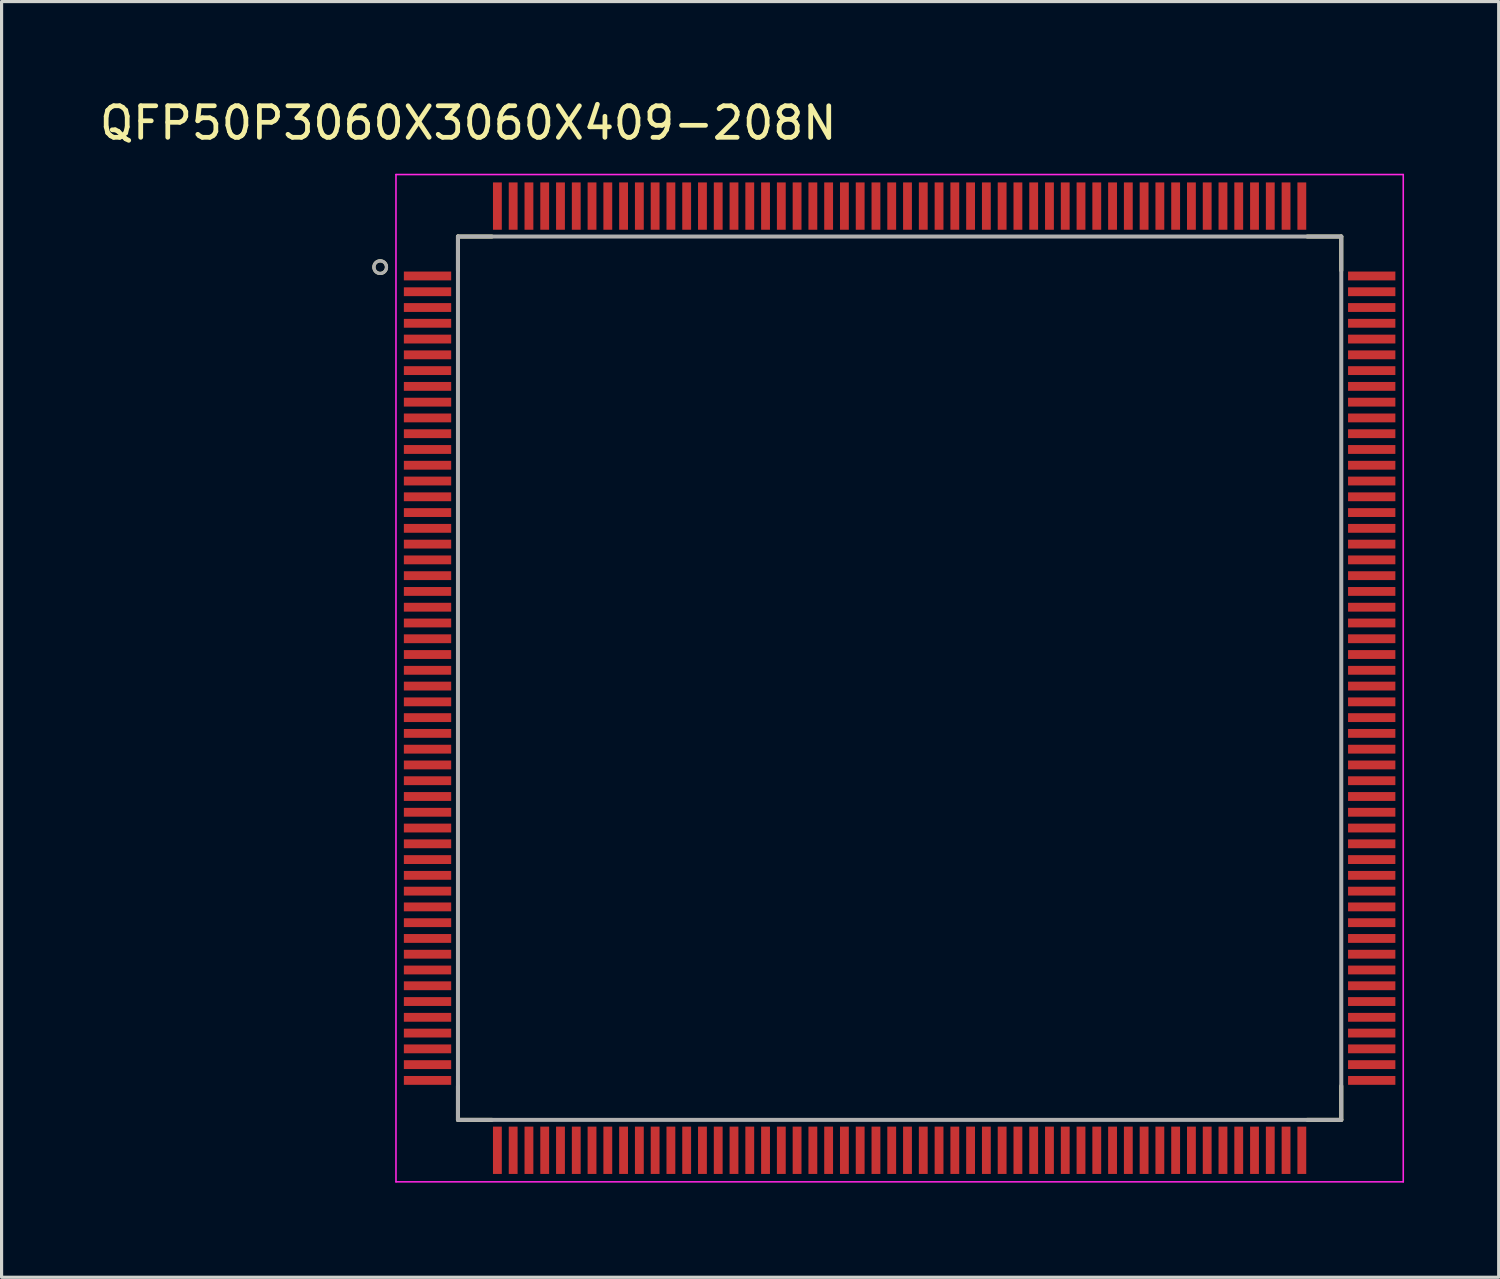
<source format=kicad_pcb>
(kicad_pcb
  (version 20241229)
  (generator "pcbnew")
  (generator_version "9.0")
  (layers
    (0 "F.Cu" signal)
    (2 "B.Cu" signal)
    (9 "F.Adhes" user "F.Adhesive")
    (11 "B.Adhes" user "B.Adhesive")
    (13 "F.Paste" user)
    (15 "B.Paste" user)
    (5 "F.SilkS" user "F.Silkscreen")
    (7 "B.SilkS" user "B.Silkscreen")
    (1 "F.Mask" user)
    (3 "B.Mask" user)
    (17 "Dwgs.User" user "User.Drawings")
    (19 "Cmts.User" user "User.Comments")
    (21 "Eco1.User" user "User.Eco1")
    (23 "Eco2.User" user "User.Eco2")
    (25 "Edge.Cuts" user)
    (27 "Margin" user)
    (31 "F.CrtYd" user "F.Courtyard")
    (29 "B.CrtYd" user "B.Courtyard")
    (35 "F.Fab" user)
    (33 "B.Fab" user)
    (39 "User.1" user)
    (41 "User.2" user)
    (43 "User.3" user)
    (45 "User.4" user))
  (footprint "QFP50P3060X3060X409-208N"
    (layer "F.Cu")
    (at 25.467 18.448)
    (property "Reference" "QFP50P3060X3060X409-208N" (at -13.675 -17.6 0) (layer "F.SilkS") (effects (font (size 1 1) (thickness 0.15))))
    (attr through_hole)
    (fp_line (start -14 -14) (end -14 -12.925) (stroke (width 0.127) (type solid)) (layer "F.SilkS"))
    (fp_line (start -14 -14) (end -12.925 -14) (stroke (width 0.127) (type solid)) (layer "F.SilkS"))
    (fp_line (start -14 14) (end -14 12.925) (stroke (width 0.127) (type solid)) (layer "F.SilkS"))
    (fp_line (start -14 14) (end -12.925 14) (stroke (width 0.127) (type solid)) (layer "F.SilkS"))
    (fp_line (start 14 -14) (end 12.925 -14) (stroke (width 0.127) (type solid)) (layer "F.SilkS"))
    (fp_line (start 14 -14) (end 14 -12.925) (stroke (width 0.127) (type solid)) (layer "F.SilkS"))
    (fp_line (start 14 14) (end 12.925 14) (stroke (width 0.127) (type solid)) (layer "F.SilkS"))
    (fp_line (start 14 14) (end 14 12.925) (stroke (width 0.127) (type solid)) (layer "F.SilkS"))
    (fp_circle (center -16.465 -13.03) (end -16.265 -13.03) (stroke (width 0.1) (type solid)) (fill no) (layer "F.SilkS"))
    (fp_line (start -15.965 -15.965) (end 15.965 -15.965) (stroke (width 0.05) (type solid)) (layer "F.CrtYd"))
    (fp_line (start -15.965 15.965) (end -15.965 -15.965) (stroke (width 0.05) (type solid)) (layer "F.CrtYd"))
    (fp_line (start -15.965 15.965) (end 15.965 15.965) (stroke (width 0.05) (type solid)) (layer "F.CrtYd"))
    (fp_line (start 15.965 15.965) (end 15.965 -15.965) (stroke (width 0.05) (type solid)) (layer "F.CrtYd"))
    (fp_line (start -14 14) (end -14 -14) (stroke (width 0.127) (type solid)) (layer "F.Fab"))
    (fp_line (start 14 -14) (end -14 -14) (stroke (width 0.127) (type solid)) (layer "F.Fab"))
    (fp_line (start 14 14) (end -14 14) (stroke (width 0.127) (type solid)) (layer "F.Fab"))
    (fp_line (start 14 14) (end 14 -14) (stroke (width 0.127) (type solid)) (layer "F.Fab"))
    (fp_circle (center -16.465 -13.03) (end -16.265 -13.03) (stroke (width 0.1) (type solid)) (fill no) (layer "F.Fab"))
    (pad "1" smd rect (at -14.965 -12.75) (size 1.5 0.28) (layers "F.Cu" "F.Mask" "F.Paste"))
    (pad "2" smd rect (at -14.965 -12.25) (size 1.5 0.28) (layers "F.Cu" "F.Mask" "F.Paste"))
    (pad "3" smd rect (at -14.965 -11.75) (size 1.5 0.28) (layers "F.Cu" "F.Mask" "F.Paste"))
    (pad "4" smd rect (at -14.965 -11.25) (size 1.5 0.28) (layers "F.Cu" "F.Mask" "F.Paste"))
    (pad "5" smd rect (at -14.965 -10.75) (size 1.5 0.28) (layers "F.Cu" "F.Mask" "F.Paste"))
    (pad "6" smd rect (at -14.965 -10.25) (size 1.5 0.28) (layers "F.Cu" "F.Mask" "F.Paste"))
    (pad "7" smd rect (at -14.965 -9.75) (size 1.5 0.28) (layers "F.Cu" "F.Mask" "F.Paste"))
    (pad "8" smd rect (at -14.965 -9.25) (size 1.5 0.28) (layers "F.Cu" "F.Mask" "F.Paste"))
    (pad "9" smd rect (at -14.965 -8.75) (size 1.5 0.28) (layers "F.Cu" "F.Mask" "F.Paste"))
    (pad "10" smd rect (at -14.965 -8.25) (size 1.5 0.28) (layers "F.Cu" "F.Mask" "F.Paste"))
    (pad "11" smd rect (at -14.965 -7.75) (size 1.5 0.28) (layers "F.Cu" "F.Mask" "F.Paste"))
    (pad "12" smd rect (at -14.965 -7.25) (size 1.5 0.28) (layers "F.Cu" "F.Mask" "F.Paste"))
    (pad "13" smd rect (at -14.965 -6.75) (size 1.5 0.28) (layers "F.Cu" "F.Mask" "F.Paste"))
    (pad "14" smd rect (at -14.965 -6.25) (size 1.5 0.28) (layers "F.Cu" "F.Mask" "F.Paste"))
    (pad "15" smd rect (at -14.965 -5.75) (size 1.5 0.28) (layers "F.Cu" "F.Mask" "F.Paste"))
    (pad "16" smd rect (at -14.965 -5.25) (size 1.5 0.28) (layers "F.Cu" "F.Mask" "F.Paste"))
    (pad "17" smd rect (at -14.965 -4.75) (size 1.5 0.28) (layers "F.Cu" "F.Mask" "F.Paste"))
    (pad "18" smd rect (at -14.965 -4.25) (size 1.5 0.28) (layers "F.Cu" "F.Mask" "F.Paste"))
    (pad "19" smd rect (at -14.965 -3.75) (size 1.5 0.28) (layers "F.Cu" "F.Mask" "F.Paste"))
    (pad "20" smd rect (at -14.965 -3.25) (size 1.5 0.28) (layers "F.Cu" "F.Mask" "F.Paste"))
    (pad "21" smd rect (at -14.965 -2.75) (size 1.5 0.28) (layers "F.Cu" "F.Mask" "F.Paste"))
    (pad "22" smd rect (at -14.965 -2.25) (size 1.5 0.28) (layers "F.Cu" "F.Mask" "F.Paste"))
    (pad "23" smd rect (at -14.965 -1.75) (size 1.5 0.28) (layers "F.Cu" "F.Mask" "F.Paste"))
    (pad "24" smd rect (at -14.965 -1.25) (size 1.5 0.28) (layers "F.Cu" "F.Mask" "F.Paste"))
    (pad "25" smd rect (at -14.965 -0.75) (size 1.5 0.28) (layers "F.Cu" "F.Mask" "F.Paste"))
    (pad "26" smd rect (at -14.965 -0.25) (size 1.5 0.28) (layers "F.Cu" "F.Mask" "F.Paste"))
    (pad "27" smd rect (at -14.965 0.25) (size 1.5 0.28) (layers "F.Cu" "F.Mask" "F.Paste"))
    (pad "28" smd rect (at -14.965 0.75) (size 1.5 0.28) (layers "F.Cu" "F.Mask" "F.Paste"))
    (pad "29" smd rect (at -14.965 1.25) (size 1.5 0.28) (layers "F.Cu" "F.Mask" "F.Paste"))
    (pad "30" smd rect (at -14.965 1.75) (size 1.5 0.28) (layers "F.Cu" "F.Mask" "F.Paste"))
    (pad "31" smd rect (at -14.965 2.25) (size 1.5 0.28) (layers "F.Cu" "F.Mask" "F.Paste"))
    (pad "32" smd rect (at -14.965 2.75) (size 1.5 0.28) (layers "F.Cu" "F.Mask" "F.Paste"))
    (pad "33" smd rect (at -14.965 3.25) (size 1.5 0.28) (layers "F.Cu" "F.Mask" "F.Paste"))
    (pad "34" smd rect (at -14.965 3.75) (size 1.5 0.28) (layers "F.Cu" "F.Mask" "F.Paste"))
    (pad "35" smd rect (at -14.965 4.25) (size 1.5 0.28) (layers "F.Cu" "F.Mask" "F.Paste"))
    (pad "36" smd rect (at -14.965 4.75) (size 1.5 0.28) (layers "F.Cu" "F.Mask" "F.Paste"))
    (pad "37" smd rect (at -14.965 5.25) (size 1.5 0.28) (layers "F.Cu" "F.Mask" "F.Paste"))
    (pad "38" smd rect (at -14.965 5.75) (size 1.5 0.28) (layers "F.Cu" "F.Mask" "F.Paste"))
    (pad "39" smd rect (at -14.965 6.25) (size 1.5 0.28) (layers "F.Cu" "F.Mask" "F.Paste"))
    (pad "40" smd rect (at -14.965 6.75) (size 1.5 0.28) (layers "F.Cu" "F.Mask" "F.Paste"))
    (pad "41" smd rect (at -14.965 7.25) (size 1.5 0.28) (layers "F.Cu" "F.Mask" "F.Paste"))
    (pad "42" smd rect (at -14.965 7.75) (size 1.5 0.28) (layers "F.Cu" "F.Mask" "F.Paste"))
    (pad "43" smd rect (at -14.965 8.25) (size 1.5 0.28) (layers "F.Cu" "F.Mask" "F.Paste"))
    (pad "44" smd rect (at -14.965 8.75) (size 1.5 0.28) (layers "F.Cu" "F.Mask" "F.Paste"))
    (pad "45" smd rect (at -14.965 9.25) (size 1.5 0.28) (layers "F.Cu" "F.Mask" "F.Paste"))
    (pad "46" smd rect (at -14.965 9.75) (size 1.5 0.28) (layers "F.Cu" "F.Mask" "F.Paste"))
    (pad "47" smd rect (at -14.965 10.25) (size 1.5 0.28) (layers "F.Cu" "F.Mask" "F.Paste"))
    (pad "48" smd rect (at -14.965 10.75) (size 1.5 0.28) (layers "F.Cu" "F.Mask" "F.Paste"))
    (pad "49" smd rect (at -14.965 11.25) (size 1.5 0.28) (layers "F.Cu" "F.Mask" "F.Paste"))
    (pad "50" smd rect (at -14.965 11.75) (size 1.5 0.28) (layers "F.Cu" "F.Mask" "F.Paste"))
    (pad "51" smd rect (at -14.965 12.25) (size 1.5 0.28) (layers "F.Cu" "F.Mask" "F.Paste"))
    (pad "52" smd rect (at -14.965 12.75) (size 1.5 0.28) (layers "F.Cu" "F.Mask" "F.Paste"))
    (pad "53" smd rect (at -12.75 14.965) (size 0.28 1.5) (layers "F.Cu" "F.Mask" "F.Paste"))
    (pad "54" smd rect (at -12.25 14.965) (size 0.28 1.5) (layers "F.Cu" "F.Mask" "F.Paste"))
    (pad "55" smd rect (at -11.75 14.965) (size 0.28 1.5) (layers "F.Cu" "F.Mask" "F.Paste"))
    (pad "56" smd rect (at -11.25 14.965) (size 0.28 1.5) (layers "F.Cu" "F.Mask" "F.Paste"))
    (pad "57" smd rect (at -10.75 14.965) (size 0.28 1.5) (layers "F.Cu" "F.Mask" "F.Paste"))
    (pad "58" smd rect (at -10.25 14.965) (size 0.28 1.5) (layers "F.Cu" "F.Mask" "F.Paste"))
    (pad "59" smd rect (at -9.75 14.965) (size 0.28 1.5) (layers "F.Cu" "F.Mask" "F.Paste"))
    (pad "60" smd rect (at -9.25 14.965) (size 0.28 1.5) (layers "F.Cu" "F.Mask" "F.Paste"))
    (pad "61" smd rect (at -8.75 14.965) (size 0.28 1.5) (layers "F.Cu" "F.Mask" "F.Paste"))
    (pad "62" smd rect (at -8.25 14.965) (size 0.28 1.5) (layers "F.Cu" "F.Mask" "F.Paste"))
    (pad "63" smd rect (at -7.75 14.965) (size 0.28 1.5) (layers "F.Cu" "F.Mask" "F.Paste"))
    (pad "64" smd rect (at -7.25 14.965) (size 0.28 1.5) (layers "F.Cu" "F.Mask" "F.Paste"))
    (pad "65" smd rect (at -6.75 14.965) (size 0.28 1.5) (layers "F.Cu" "F.Mask" "F.Paste"))
    (pad "66" smd rect (at -6.25 14.965) (size 0.28 1.5) (layers "F.Cu" "F.Mask" "F.Paste"))
    (pad "67" smd rect (at -5.75 14.965) (size 0.28 1.5) (layers "F.Cu" "F.Mask" "F.Paste"))
    (pad "68" smd rect (at -5.25 14.965) (size 0.28 1.5) (layers "F.Cu" "F.Mask" "F.Paste"))
    (pad "69" smd rect (at -4.75 14.965) (size 0.28 1.5) (layers "F.Cu" "F.Mask" "F.Paste"))
    (pad "70" smd rect (at -4.25 14.965) (size 0.28 1.5) (layers "F.Cu" "F.Mask" "F.Paste"))
    (pad "71" smd rect (at -3.75 14.965) (size 0.28 1.5) (layers "F.Cu" "F.Mask" "F.Paste"))
    (pad "72" smd rect (at -3.25 14.965) (size 0.28 1.5) (layers "F.Cu" "F.Mask" "F.Paste"))
    (pad "73" smd rect (at -2.75 14.965) (size 0.28 1.5) (layers "F.Cu" "F.Mask" "F.Paste"))
    (pad "74" smd rect (at -2.25 14.965) (size 0.28 1.5) (layers "F.Cu" "F.Mask" "F.Paste"))
    (pad "75" smd rect (at -1.75 14.965) (size 0.28 1.5) (layers "F.Cu" "F.Mask" "F.Paste"))
    (pad "76" smd rect (at -1.25 14.965) (size 0.28 1.5) (layers "F.Cu" "F.Mask" "F.Paste"))
    (pad "77" smd rect (at -0.75 14.965) (size 0.28 1.5) (layers "F.Cu" "F.Mask" "F.Paste"))
    (pad "78" smd rect (at -0.25 14.965) (size 0.28 1.5) (layers "F.Cu" "F.Mask" "F.Paste"))
    (pad "79" smd rect (at 0.25 14.965) (size 0.28 1.5) (layers "F.Cu" "F.Mask" "F.Paste"))
    (pad "80" smd rect (at 0.75 14.965) (size 0.28 1.5) (layers "F.Cu" "F.Mask" "F.Paste"))
    (pad "81" smd rect (at 1.25 14.965) (size 0.28 1.5) (layers "F.Cu" "F.Mask" "F.Paste"))
    (pad "82" smd rect (at 1.75 14.965) (size 0.28 1.5) (layers "F.Cu" "F.Mask" "F.Paste"))
    (pad "83" smd rect (at 2.25 14.965) (size 0.28 1.5) (layers "F.Cu" "F.Mask" "F.Paste"))
    (pad "84" smd rect (at 2.75 14.965) (size 0.28 1.5) (layers "F.Cu" "F.Mask" "F.Paste"))
    (pad "85" smd rect (at 3.25 14.965) (size 0.28 1.5) (layers "F.Cu" "F.Mask" "F.Paste"))
    (pad "86" smd rect (at 3.75 14.965) (size 0.28 1.5) (layers "F.Cu" "F.Mask" "F.Paste"))
    (pad "87" smd rect (at 4.25 14.965) (size 0.28 1.5) (layers "F.Cu" "F.Mask" "F.Paste"))
    (pad "88" smd rect (at 4.75 14.965) (size 0.28 1.5) (layers "F.Cu" "F.Mask" "F.Paste"))
    (pad "89" smd rect (at 5.25 14.965) (size 0.28 1.5) (layers "F.Cu" "F.Mask" "F.Paste"))
    (pad "90" smd rect (at 5.75 14.965) (size 0.28 1.5) (layers "F.Cu" "F.Mask" "F.Paste"))
    (pad "91" smd rect (at 6.25 14.965) (size 0.28 1.5) (layers "F.Cu" "F.Mask" "F.Paste"))
    (pad "92" smd rect (at 6.75 14.965) (size 0.28 1.5) (layers "F.Cu" "F.Mask" "F.Paste"))
    (pad "93" smd rect (at 7.25 14.965) (size 0.28 1.5) (layers "F.Cu" "F.Mask" "F.Paste"))
    (pad "94" smd rect (at 7.75 14.965) (size 0.28 1.5) (layers "F.Cu" "F.Mask" "F.Paste"))
    (pad "95" smd rect (at 8.25 14.965) (size 0.28 1.5) (layers "F.Cu" "F.Mask" "F.Paste"))
    (pad "96" smd rect (at 8.75 14.965) (size 0.28 1.5) (layers "F.Cu" "F.Mask" "F.Paste"))
    (pad "97" smd rect (at 9.25 14.965) (size 0.28 1.5) (layers "F.Cu" "F.Mask" "F.Paste"))
    (pad "98" smd rect (at 9.75 14.965) (size 0.28 1.5) (layers "F.Cu" "F.Mask" "F.Paste"))
    (pad "99" smd rect (at 10.25 14.965) (size 0.28 1.5) (layers "F.Cu" "F.Mask" "F.Paste"))
    (pad "100" smd rect (at 10.75 14.965) (size 0.28 1.5) (layers "F.Cu" "F.Mask" "F.Paste"))
    (pad "101" smd rect (at 11.25 14.965) (size 0.28 1.5) (layers "F.Cu" "F.Mask" "F.Paste"))
    (pad "102" smd rect (at 11.75 14.965) (size 0.28 1.5) (layers "F.Cu" "F.Mask" "F.Paste"))
    (pad "103" smd rect (at 12.25 14.965) (size 0.28 1.5) (layers "F.Cu" "F.Mask" "F.Paste"))
    (pad "104" smd rect (at 12.75 14.965) (size 0.28 1.5) (layers "F.Cu" "F.Mask" "F.Paste"))
    (pad "105" smd rect (at 14.965 12.75) (size 1.5 0.28) (layers "F.Cu" "F.Mask" "F.Paste"))
    (pad "106" smd rect (at 14.965 12.25) (size 1.5 0.28) (layers "F.Cu" "F.Mask" "F.Paste"))
    (pad "107" smd rect (at 14.965 11.75) (size 1.5 0.28) (layers "F.Cu" "F.Mask" "F.Paste"))
    (pad "108" smd rect (at 14.965 11.25) (size 1.5 0.28) (layers "F.Cu" "F.Mask" "F.Paste"))
    (pad "109" smd rect (at 14.965 10.75) (size 1.5 0.28) (layers "F.Cu" "F.Mask" "F.Paste"))
    (pad "110" smd rect (at 14.965 10.25) (size 1.5 0.28) (layers "F.Cu" "F.Mask" "F.Paste"))
    (pad "111" smd rect (at 14.965 9.75) (size 1.5 0.28) (layers "F.Cu" "F.Mask" "F.Paste"))
    (pad "112" smd rect (at 14.965 9.25) (size 1.5 0.28) (layers "F.Cu" "F.Mask" "F.Paste"))
    (pad "113" smd rect (at 14.965 8.75) (size 1.5 0.28) (layers "F.Cu" "F.Mask" "F.Paste"))
    (pad "114" smd rect (at 14.965 8.25) (size 1.5 0.28) (layers "F.Cu" "F.Mask" "F.Paste"))
    (pad "115" smd rect (at 14.965 7.75) (size 1.5 0.28) (layers "F.Cu" "F.Mask" "F.Paste"))
    (pad "116" smd rect (at 14.965 7.25) (size 1.5 0.28) (layers "F.Cu" "F.Mask" "F.Paste"))
    (pad "117" smd rect (at 14.965 6.75) (size 1.5 0.28) (layers "F.Cu" "F.Mask" "F.Paste"))
    (pad "118" smd rect (at 14.965 6.25) (size 1.5 0.28) (layers "F.Cu" "F.Mask" "F.Paste"))
    (pad "119" smd rect (at 14.965 5.75) (size 1.5 0.28) (layers "F.Cu" "F.Mask" "F.Paste"))
    (pad "120" smd rect (at 14.965 5.25) (size 1.5 0.28) (layers "F.Cu" "F.Mask" "F.Paste"))
    (pad "121" smd rect (at 14.965 4.75) (size 1.5 0.28) (layers "F.Cu" "F.Mask" "F.Paste"))
    (pad "122" smd rect (at 14.965 4.25) (size 1.5 0.28) (layers "F.Cu" "F.Mask" "F.Paste"))
    (pad "123" smd rect (at 14.965 3.75) (size 1.5 0.28) (layers "F.Cu" "F.Mask" "F.Paste"))
    (pad "124" smd rect (at 14.965 3.25) (size 1.5 0.28) (layers "F.Cu" "F.Mask" "F.Paste"))
    (pad "125" smd rect (at 14.965 2.75) (size 1.5 0.28) (layers "F.Cu" "F.Mask" "F.Paste"))
    (pad "126" smd rect (at 14.965 2.25) (size 1.5 0.28) (layers "F.Cu" "F.Mask" "F.Paste"))
    (pad "127" smd rect (at 14.965 1.75) (size 1.5 0.28) (layers "F.Cu" "F.Mask" "F.Paste"))
    (pad "128" smd rect (at 14.965 1.25) (size 1.5 0.28) (layers "F.Cu" "F.Mask" "F.Paste"))
    (pad "129" smd rect (at 14.965 0.75) (size 1.5 0.28) (layers "F.Cu" "F.Mask" "F.Paste"))
    (pad "130" smd rect (at 14.965 0.25) (size 1.5 0.28) (layers "F.Cu" "F.Mask" "F.Paste"))
    (pad "131" smd rect (at 14.965 -0.25) (size 1.5 0.28) (layers "F.Cu" "F.Mask" "F.Paste"))
    (pad "132" smd rect (at 14.965 -0.75) (size 1.5 0.28) (layers "F.Cu" "F.Mask" "F.Paste"))
    (pad "133" smd rect (at 14.965 -1.25) (size 1.5 0.28) (layers "F.Cu" "F.Mask" "F.Paste"))
    (pad "134" smd rect (at 14.965 -1.75) (size 1.5 0.28) (layers "F.Cu" "F.Mask" "F.Paste"))
    (pad "135" smd rect (at 14.965 -2.25) (size 1.5 0.28) (layers "F.Cu" "F.Mask" "F.Paste"))
    (pad "136" smd rect (at 14.965 -2.75) (size 1.5 0.28) (layers "F.Cu" "F.Mask" "F.Paste"))
    (pad "137" smd rect (at 14.965 -3.25) (size 1.5 0.28) (layers "F.Cu" "F.Mask" "F.Paste"))
    (pad "138" smd rect (at 14.965 -3.75) (size 1.5 0.28) (layers "F.Cu" "F.Mask" "F.Paste"))
    (pad "139" smd rect (at 14.965 -4.25) (size 1.5 0.28) (layers "F.Cu" "F.Mask" "F.Paste"))
    (pad "140" smd rect (at 14.965 -4.75) (size 1.5 0.28) (layers "F.Cu" "F.Mask" "F.Paste"))
    (pad "141" smd rect (at 14.965 -5.25) (size 1.5 0.28) (layers "F.Cu" "F.Mask" "F.Paste"))
    (pad "142" smd rect (at 14.965 -5.75) (size 1.5 0.28) (layers "F.Cu" "F.Mask" "F.Paste"))
    (pad "143" smd rect (at 14.965 -6.25) (size 1.5 0.28) (layers "F.Cu" "F.Mask" "F.Paste"))
    (pad "144" smd rect (at 14.965 -6.75) (size 1.5 0.28) (layers "F.Cu" "F.Mask" "F.Paste"))
    (pad "145" smd rect (at 14.965 -7.25) (size 1.5 0.28) (layers "F.Cu" "F.Mask" "F.Paste"))
    (pad "146" smd rect (at 14.965 -7.75) (size 1.5 0.28) (layers "F.Cu" "F.Mask" "F.Paste"))
    (pad "147" smd rect (at 14.965 -8.25) (size 1.5 0.28) (layers "F.Cu" "F.Mask" "F.Paste"))
    (pad "148" smd rect (at 14.965 -8.75) (size 1.5 0.28) (layers "F.Cu" "F.Mask" "F.Paste"))
    (pad "149" smd rect (at 14.965 -9.25) (size 1.5 0.28) (layers "F.Cu" "F.Mask" "F.Paste"))
    (pad "150" smd rect (at 14.965 -9.75) (size 1.5 0.28) (layers "F.Cu" "F.Mask" "F.Paste"))
    (pad "151" smd rect (at 14.965 -10.25) (size 1.5 0.28) (layers "F.Cu" "F.Mask" "F.Paste"))
    (pad "152" smd rect (at 14.965 -10.75) (size 1.5 0.28) (layers "F.Cu" "F.Mask" "F.Paste"))
    (pad "153" smd rect (at 14.965 -11.25) (size 1.5 0.28) (layers "F.Cu" "F.Mask" "F.Paste"))
    (pad "154" smd rect (at 14.965 -11.75) (size 1.5 0.28) (layers "F.Cu" "F.Mask" "F.Paste"))
    (pad "155" smd rect (at 14.965 -12.25) (size 1.5 0.28) (layers "F.Cu" "F.Mask" "F.Paste"))
    (pad "156" smd rect (at 14.965 -12.75) (size 1.5 0.28) (layers "F.Cu" "F.Mask" "F.Paste"))
    (pad "157" smd rect (at 12.75 -14.965) (size 0.28 1.5) (layers "F.Cu" "F.Mask" "F.Paste"))
    (pad "158" smd rect (at 12.25 -14.965) (size 0.28 1.5) (layers "F.Cu" "F.Mask" "F.Paste"))
    (pad "159" smd rect (at 11.75 -14.965) (size 0.28 1.5) (layers "F.Cu" "F.Mask" "F.Paste"))
    (pad "160" smd rect (at 11.25 -14.965) (size 0.28 1.5) (layers "F.Cu" "F.Mask" "F.Paste"))
    (pad "161" smd rect (at 10.75 -14.965) (size 0.28 1.5) (layers "F.Cu" "F.Mask" "F.Paste"))
    (pad "162" smd rect (at 10.25 -14.965) (size 0.28 1.5) (layers "F.Cu" "F.Mask" "F.Paste"))
    (pad "163" smd rect (at 9.75 -14.965) (size 0.28 1.5) (layers "F.Cu" "F.Mask" "F.Paste"))
    (pad "164" smd rect (at 9.25 -14.965) (size 0.28 1.5) (layers "F.Cu" "F.Mask" "F.Paste"))
    (pad "165" smd rect (at 8.75 -14.965) (size 0.28 1.5) (layers "F.Cu" "F.Mask" "F.Paste"))
    (pad "166" smd rect (at 8.25 -14.965) (size 0.28 1.5) (layers "F.Cu" "F.Mask" "F.Paste"))
    (pad "167" smd rect (at 7.75 -14.965) (size 0.28 1.5) (layers "F.Cu" "F.Mask" "F.Paste"))
    (pad "168" smd rect (at 7.25 -14.965) (size 0.28 1.5) (layers "F.Cu" "F.Mask" "F.Paste"))
    (pad "169" smd rect (at 6.75 -14.965) (size 0.28 1.5) (layers "F.Cu" "F.Mask" "F.Paste"))
    (pad "170" smd rect (at 6.25 -14.965) (size 0.28 1.5) (layers "F.Cu" "F.Mask" "F.Paste"))
    (pad "171" smd rect (at 5.75 -14.965) (size 0.28 1.5) (layers "F.Cu" "F.Mask" "F.Paste"))
    (pad "172" smd rect (at 5.25 -14.965) (size 0.28 1.5) (layers "F.Cu" "F.Mask" "F.Paste"))
    (pad "173" smd rect (at 4.75 -14.965) (size 0.28 1.5) (layers "F.Cu" "F.Mask" "F.Paste"))
    (pad "174" smd rect (at 4.25 -14.965) (size 0.28 1.5) (layers "F.Cu" "F.Mask" "F.Paste"))
    (pad "175" smd rect (at 3.75 -14.965) (size 0.28 1.5) (layers "F.Cu" "F.Mask" "F.Paste"))
    (pad "176" smd rect (at 3.25 -14.965) (size 0.28 1.5) (layers "F.Cu" "F.Mask" "F.Paste"))
    (pad "177" smd rect (at 2.75 -14.965) (size 0.28 1.5) (layers "F.Cu" "F.Mask" "F.Paste"))
    (pad "178" smd rect (at 2.25 -14.965) (size 0.28 1.5) (layers "F.Cu" "F.Mask" "F.Paste"))
    (pad "179" smd rect (at 1.75 -14.965) (size 0.28 1.5) (layers "F.Cu" "F.Mask" "F.Paste"))
    (pad "180" smd rect (at 1.25 -14.965) (size 0.28 1.5) (layers "F.Cu" "F.Mask" "F.Paste"))
    (pad "181" smd rect (at 0.75 -14.965) (size 0.28 1.5) (layers "F.Cu" "F.Mask" "F.Paste"))
    (pad "182" smd rect (at 0.25 -14.965) (size 0.28 1.5) (layers "F.Cu" "F.Mask" "F.Paste"))
    (pad "183" smd rect (at -0.25 -14.965) (size 0.28 1.5) (layers "F.Cu" "F.Mask" "F.Paste"))
    (pad "184" smd rect (at -0.75 -14.965) (size 0.28 1.5) (layers "F.Cu" "F.Mask" "F.Paste"))
    (pad "185" smd rect (at -1.25 -14.965) (size 0.28 1.5) (layers "F.Cu" "F.Mask" "F.Paste"))
    (pad "186" smd rect (at -1.75 -14.965) (size 0.28 1.5) (layers "F.Cu" "F.Mask" "F.Paste"))
    (pad "187" smd rect (at -2.25 -14.965) (size 0.28 1.5) (layers "F.Cu" "F.Mask" "F.Paste"))
    (pad "188" smd rect (at -2.75 -14.965) (size 0.28 1.5) (layers "F.Cu" "F.Mask" "F.Paste"))
    (pad "189" smd rect (at -3.25 -14.965) (size 0.28 1.5) (layers "F.Cu" "F.Mask" "F.Paste"))
    (pad "190" smd rect (at -3.75 -14.965) (size 0.28 1.5) (layers "F.Cu" "F.Mask" "F.Paste"))
    (pad "191" smd rect (at -4.25 -14.965) (size 0.28 1.5) (layers "F.Cu" "F.Mask" "F.Paste"))
    (pad "192" smd rect (at -4.75 -14.965) (size 0.28 1.5) (layers "F.Cu" "F.Mask" "F.Paste"))
    (pad "193" smd rect (at -5.25 -14.965) (size 0.28 1.5) (layers "F.Cu" "F.Mask" "F.Paste"))
    (pad "194" smd rect (at -5.75 -14.965) (size 0.28 1.5) (layers "F.Cu" "F.Mask" "F.Paste"))
    (pad "195" smd rect (at -6.25 -14.965) (size 0.28 1.5) (layers "F.Cu" "F.Mask" "F.Paste"))
    (pad "196" smd rect (at -6.75 -14.965) (size 0.28 1.5) (layers "F.Cu" "F.Mask" "F.Paste"))
    (pad "197" smd rect (at -7.25 -14.965) (size 0.28 1.5) (layers "F.Cu" "F.Mask" "F.Paste"))
    (pad "198" smd rect (at -7.75 -14.965) (size 0.28 1.5) (layers "F.Cu" "F.Mask" "F.Paste"))
    (pad "199" smd rect (at -8.25 -14.965) (size 0.28 1.5) (layers "F.Cu" "F.Mask" "F.Paste"))
    (pad "200" smd rect (at -8.75 -14.965) (size 0.28 1.5) (layers "F.Cu" "F.Mask" "F.Paste"))
    (pad "201" smd rect (at -9.25 -14.965) (size 0.28 1.5) (layers "F.Cu" "F.Mask" "F.Paste"))
    (pad "202" smd rect (at -9.75 -14.965) (size 0.28 1.5) (layers "F.Cu" "F.Mask" "F.Paste"))
    (pad "203" smd rect (at -10.25 -14.965) (size 0.28 1.5) (layers "F.Cu" "F.Mask" "F.Paste"))
    (pad "204" smd rect (at -10.75 -14.965) (size 0.28 1.5) (layers "F.Cu" "F.Mask" "F.Paste"))
    (pad "205" smd rect (at -11.25 -14.965) (size 0.28 1.5) (layers "F.Cu" "F.Mask" "F.Paste"))
    (pad "206" smd rect (at -11.75 -14.965) (size 0.28 1.5) (layers "F.Cu" "F.Mask" "F.Paste"))
    (pad "207" smd rect (at -12.25 -14.965) (size 0.28 1.5) (layers "F.Cu" "F.Mask" "F.Paste"))
    (pad "208" smd rect (at -12.75 -14.965) (size 0.28 1.5) (layers "F.Cu" "F.Mask" "F.Paste")))
  (gr_rect
    (start -3 -3)
    (end 44.457 37.438)
    (stroke (width 0.1) (type default))
    (fill no)
    (layer "Edge.Cuts")))
</source>
